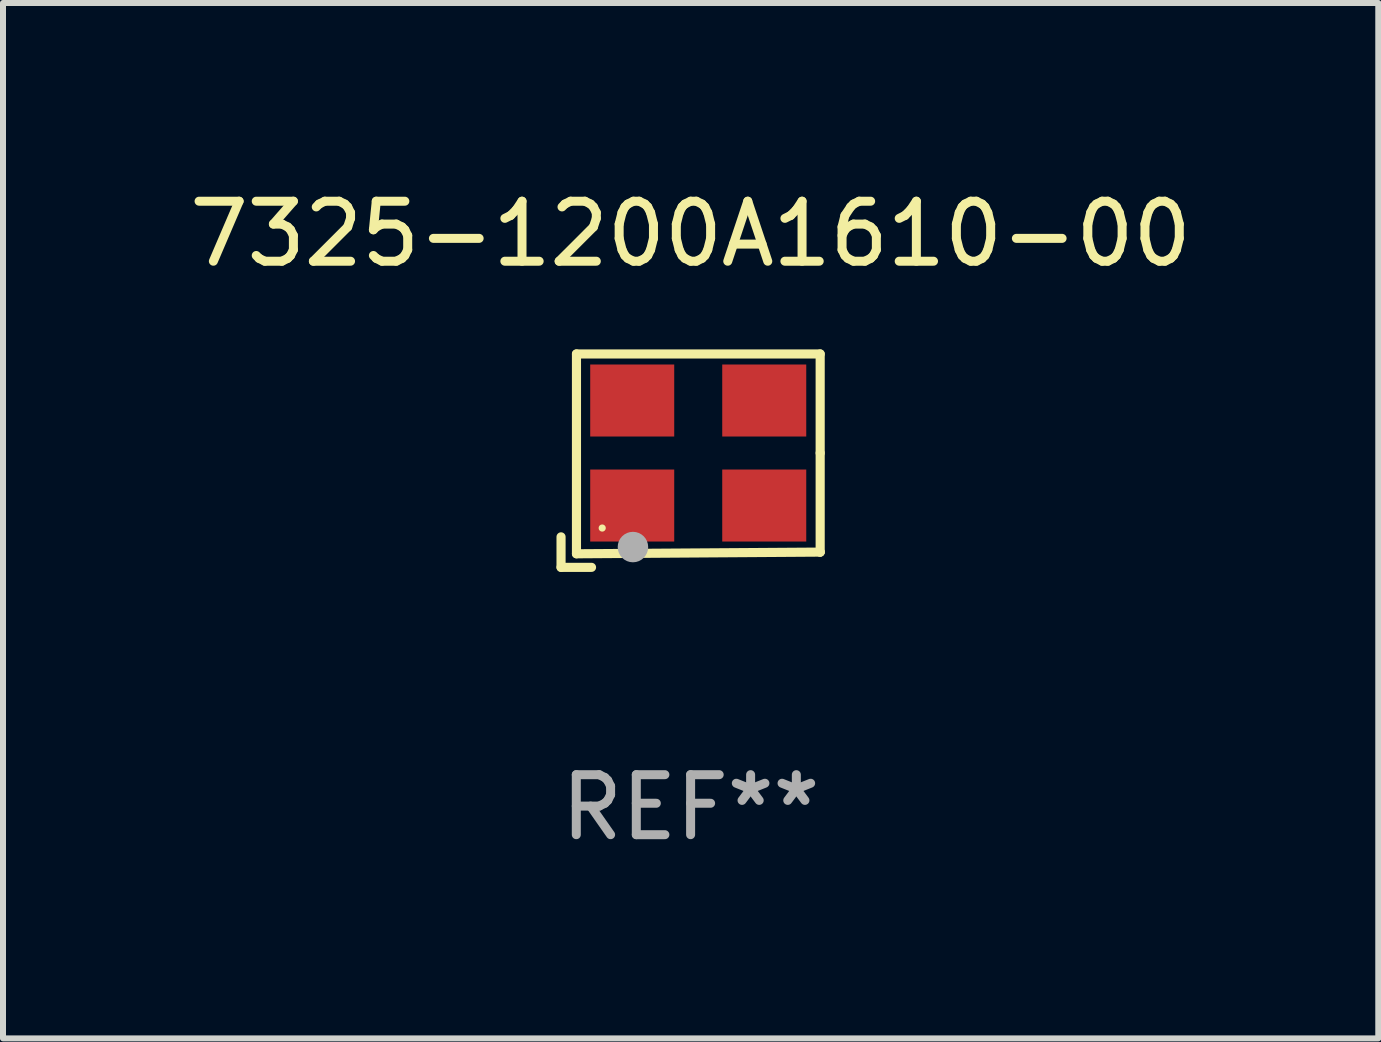
<source format=kicad_pcb>
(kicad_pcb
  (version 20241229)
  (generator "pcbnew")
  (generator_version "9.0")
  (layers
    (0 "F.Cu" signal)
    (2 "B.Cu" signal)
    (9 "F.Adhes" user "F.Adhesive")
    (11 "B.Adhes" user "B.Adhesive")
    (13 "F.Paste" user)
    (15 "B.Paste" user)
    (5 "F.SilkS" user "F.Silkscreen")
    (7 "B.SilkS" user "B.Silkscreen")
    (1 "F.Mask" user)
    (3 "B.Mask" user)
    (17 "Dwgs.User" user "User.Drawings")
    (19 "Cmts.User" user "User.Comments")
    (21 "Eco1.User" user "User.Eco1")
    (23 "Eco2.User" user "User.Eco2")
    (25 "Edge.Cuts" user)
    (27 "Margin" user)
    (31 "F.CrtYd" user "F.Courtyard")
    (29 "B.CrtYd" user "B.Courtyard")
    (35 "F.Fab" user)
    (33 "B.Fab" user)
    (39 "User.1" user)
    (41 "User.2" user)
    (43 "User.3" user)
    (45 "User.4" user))
  (footprint "7325-1200A1610-00"
    (layer "F.Cu")
    (at 8.458 4.626)
    (property "Reference" "7325-1200A1610-00" (at 0 -3.778 0) (layer "F.SilkS") (effects (font (size 1 1) (thickness 0.15))))
    (attr through_hole)
    (fp_line (start -2.159 1.27) (end -2.159 1.778) (stroke (width 0.152) (type solid)) (layer "F.SilkS"))
    (fp_line (start -2.159 1.778) (end -1.651 1.778) (stroke (width 0.152) (type solid)) (layer "F.SilkS"))
    (fp_line (start -1.902 -1.778) (end 2.159 -1.778) (stroke (width 0.152) (type solid)) (layer "F.SilkS"))
    (fp_line (start -1.902 1.552) (end -1.902 -1.778) (stroke (width 0.152) (type solid)) (layer "F.SilkS"))
    (fp_line (start 2.159 -1.778) (end 2.159 -0.127) (stroke (width 0.152) (type solid)) (layer "F.SilkS"))
    (fp_line (start 2.159 -0.127) (end 2.159 1.524) (stroke (width 0.152) (type solid)) (layer "F.SilkS"))
    (fp_line (start 2.159 1.524) (end -1.902 1.552) (stroke (width 0.152) (type solid)) (layer "F.SilkS"))
    (fp_line (start 2.159 1.524) (end 2.159 1.524) (stroke (width 0.152) (type solid)) (layer "F.SilkS"))
    (fp_circle (center -1.473 1.123) (end -1.443 1.123) (stroke (width 0.06) (type solid)) (fill no) (layer "F.SilkS"))
    (fp_circle (center -0.961 1.44) (end -0.834 1.44) (stroke (width 0.254) (type solid)) (fill no) (layer "F.Fab"))
    (fp_text user "REF**" (at 0 5.778 0) (layer "F.Fab") (effects (font (size 1 1) (thickness 0.15))))
    (pad "1" smd rect (at -0.973 0.748) (size 1.4 1.2) (layers "F.Cu" "F.Mask" "F.Paste"))
    (pad "2" smd rect (at 1.227 0.748) (size 1.4 1.2) (layers "F.Cu" "F.Mask" "F.Paste"))
    (pad "3" smd rect (at 1.227 -1.002) (size 1.4 1.2) (layers "F.Cu" "F.Mask" "F.Paste"))
    (pad "4" smd rect (at -0.973 -1.002) (size 1.4 1.2) (layers "F.Cu" "F.Mask" "F.Paste")))
  (gr_rect
    (start -3 -3)
    (end 19.917 14.253)
    (stroke (width 0.1) (type default))
    (fill no)
    (layer "Edge.Cuts")))
</source>
